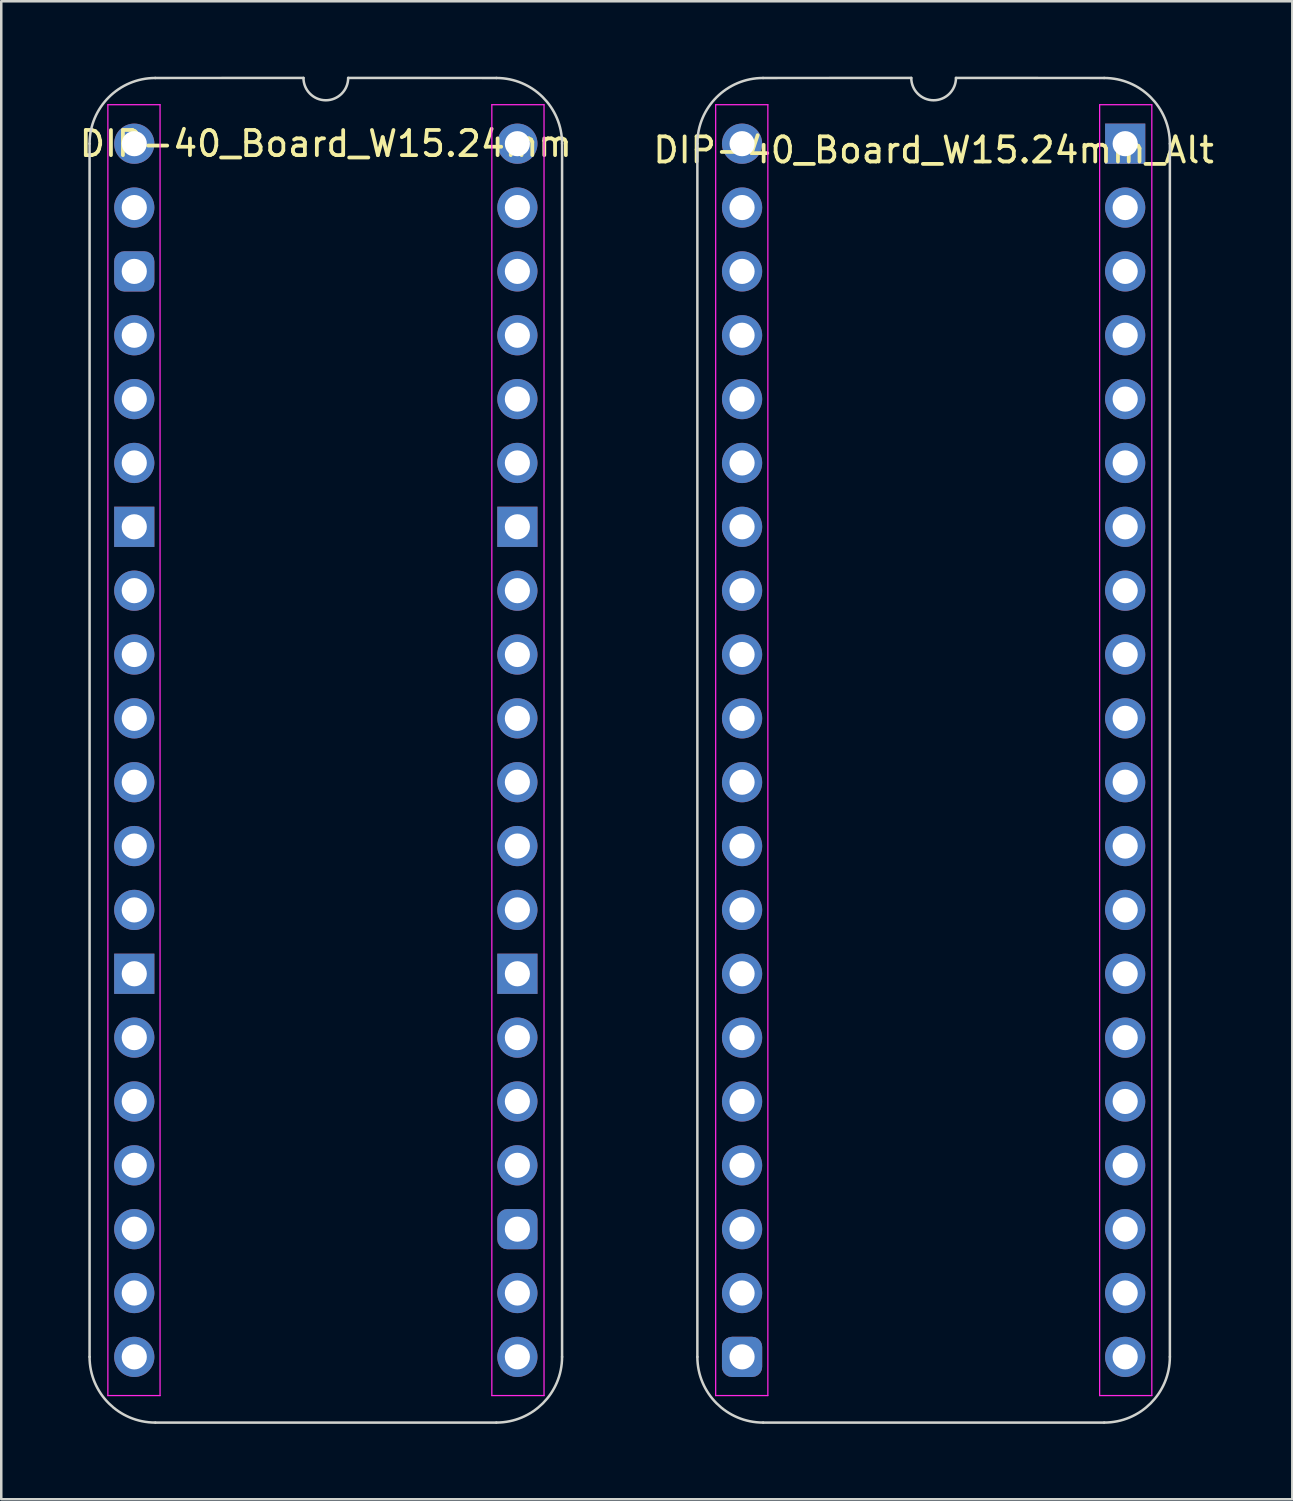
<source format=kicad_pcb>
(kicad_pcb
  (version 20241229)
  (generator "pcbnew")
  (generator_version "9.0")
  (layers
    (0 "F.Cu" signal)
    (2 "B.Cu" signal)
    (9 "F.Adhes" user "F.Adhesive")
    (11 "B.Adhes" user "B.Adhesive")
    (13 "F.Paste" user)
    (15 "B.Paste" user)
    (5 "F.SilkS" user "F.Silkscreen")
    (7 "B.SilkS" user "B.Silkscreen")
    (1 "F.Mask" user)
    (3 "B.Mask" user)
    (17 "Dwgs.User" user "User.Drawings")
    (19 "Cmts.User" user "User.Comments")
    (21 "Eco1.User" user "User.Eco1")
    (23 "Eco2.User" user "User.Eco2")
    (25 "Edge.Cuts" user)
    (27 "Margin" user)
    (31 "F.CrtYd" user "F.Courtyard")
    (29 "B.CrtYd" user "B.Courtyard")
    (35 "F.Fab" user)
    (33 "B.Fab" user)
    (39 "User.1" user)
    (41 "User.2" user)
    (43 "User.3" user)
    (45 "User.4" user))
  (footprint "DIP-40_Board_W15.24mm"
    (layer "F.Cu")
    (at 2.291 2.666)
    (property "Reference" "DIP-40_Board_W15.24mm" (at 7.62 0 0) (layer "F.SilkS") (effects (font (size 1 1) (thickness 0.15))))
    (attr through_hole)
    (fp_line (start -1.778 48.26) (end -1.778 0) (stroke (width 0.1) (type solid)) (layer "Edge.Cuts"))
    (fp_line (start 6.731 -2.616) (end 0.836 -2.614) (stroke (width 0.1) (type solid)) (layer "Edge.Cuts"))
    (fp_line (start 14.404 -2.614) (end 8.509 -2.616) (stroke (width 0.1) (type solid)) (layer "Edge.Cuts"))
    (fp_line (start 14.404 50.874) (end 0.836 50.874) (stroke (width 0.1) (type solid)) (layer "Edge.Cuts"))
    (fp_line (start 17.018 48.26) (end 17.018 -0.000001) (stroke (width 0.1) (type solid)) (layer "Edge.Cuts"))
    (fp_arc (start -1.778 0) (mid -1.012456 -1.848188) (end 0.835732 -2.613732) (stroke (width 0.1) (type solid)) (layer "Edge.Cuts"))
    (fp_arc (start 0.835733 50.873733) (mid -1.012456 50.108189) (end -1.778 48.26) (stroke (width 0.1) (type solid)) (layer "Edge.Cuts"))
    (fp_arc (start 8.509 -2.6162) (mid 7.62 -1.7272) (end 6.731 -2.6162) (stroke (width 0.1) (type default)) (layer "Edge.Cuts"))
    (fp_arc (start 14.404267 -2.613733) (mid 16.252455 -1.848189) (end 17.017999 -0.000001) (stroke (width 0.1) (type solid)) (layer "Edge.Cuts"))
    (fp_arc (start 17.018 48.26) (mid 16.252455 50.108187) (end 14.404268 50.873732) (stroke (width 0.1) (type solid)) (layer "Edge.Cuts"))
    (fp_line (start -1.05 -1.55) (end -1.05 49.8) (stroke (width 0.05) (type solid)) (layer "F.CrtYd"))
    (fp_line (start -1.05 49.8) (end 1.026 49.8) (stroke (width 0.05) (type solid)) (layer "F.CrtYd"))
    (fp_line (start 1.026 -1.55) (end -1.05 -1.55) (stroke (width 0.05) (type solid)) (layer "F.CrtYd"))
    (fp_line (start 1.026 49.8) (end 1.026 -1.55) (stroke (width 0.05) (type solid)) (layer "F.CrtYd"))
    (fp_line (start 14.224 49.8) (end 14.224 -1.55) (stroke (width 0.05) (type solid)) (layer "F.CrtYd"))
    (fp_line (start 14.224 49.8) (end 16.3 49.8) (stroke (width 0.05) (type solid)) (layer "F.CrtYd"))
    (fp_line (start 16.3 -1.55) (end 14.224 -1.55) (stroke (width 0.05) (type solid)) (layer "F.CrtYd"))
    (fp_line (start 16.3 49.8) (end 16.3 -1.55) (stroke (width 0.05) (type solid)) (layer "F.CrtYd"))
    (pad "1" thru_hole circle (at 0 0) (size 1.6 1.6) (drill 1) (layers "*.Cu" "*.Mask"))
    (pad "2" thru_hole oval (at 0 2.54) (size 1.6 1.6) (drill 1) (layers "*.Cu" "*.Mask"))
    (pad "3" thru_hole roundrect (at 0 5.08) (size 1.6 1.6) (drill 1) (layers "*.Cu" "*.Mask") (roundrect_rratio 0.25))
    (pad "4" thru_hole oval (at 0 7.62) (size 1.6 1.6) (drill 1) (layers "*.Cu" "*.Mask"))
    (pad "5" thru_hole oval (at 0 10.16) (size 1.6 1.6) (drill 1) (layers "*.Cu" "*.Mask"))
    (pad "6" thru_hole oval (at 0 12.7) (size 1.6 1.6) (drill 1) (layers "*.Cu" "*.Mask"))
    (pad "7" thru_hole rect (at 0 15.24) (size 1.6 1.6) (drill 1) (layers "*.Cu" "*.Mask"))
    (pad "8" thru_hole oval (at 0 17.78) (size 1.6 1.6) (drill 1) (layers "*.Cu" "*.Mask"))
    (pad "9" thru_hole oval (at 0 20.32) (size 1.6 1.6) (drill 1) (layers "*.Cu" "*.Mask"))
    (pad "10" thru_hole oval (at 0 22.86) (size 1.6 1.6) (drill 1) (layers "*.Cu" "*.Mask"))
    (pad "11" thru_hole oval (at 0 25.4) (size 1.6 1.6) (drill 1) (layers "*.Cu" "*.Mask"))
    (pad "12" thru_hole oval (at 0 27.94) (size 1.6 1.6) (drill 1) (layers "*.Cu" "*.Mask"))
    (pad "13" thru_hole oval (at 0 30.48) (size 1.6 1.6) (drill 1) (layers "*.Cu" "*.Mask"))
    (pad "14" thru_hole rect (at 0 33.02) (size 1.6 1.6) (drill 1) (layers "*.Cu" "*.Mask"))
    (pad "15" thru_hole oval (at 0 35.56) (size 1.6 1.6) (drill 1) (layers "*.Cu" "*.Mask"))
    (pad "16" thru_hole oval (at 0 38.1) (size 1.6 1.6) (drill 1) (layers "*.Cu" "*.Mask"))
    (pad "17" thru_hole oval (at 0 40.64) (size 1.6 1.6) (drill 1) (layers "*.Cu" "*.Mask"))
    (pad "18" thru_hole oval (at 0 43.18) (size 1.6 1.6) (drill 1) (layers "*.Cu" "*.Mask"))
    (pad "19" thru_hole oval (at 0 45.72) (size 1.6 1.6) (drill 1) (layers "*.Cu" "*.Mask"))
    (pad "20" thru_hole oval (at 0 48.26) (size 1.6 1.6) (drill 1) (layers "*.Cu" "*.Mask"))
    (pad "21" thru_hole oval (at 15.24 48.26) (size 1.6 1.6) (drill 1) (layers "*.Cu" "*.Mask"))
    (pad "22" thru_hole oval (at 15.24 45.72) (size 1.6 1.6) (drill 1) (layers "*.Cu" "*.Mask"))
    (pad "23" thru_hole roundrect (at 15.24 43.18) (size 1.6 1.6) (drill 1) (layers "*.Cu" "*.Mask") (roundrect_rratio 0.25))
    (pad "24" thru_hole oval (at 15.24 40.64) (size 1.6 1.6) (drill 1) (layers "*.Cu" "*.Mask"))
    (pad "25" thru_hole oval (at 15.24 38.1) (size 1.6 1.6) (drill 1) (layers "*.Cu" "*.Mask"))
    (pad "26" thru_hole oval (at 15.24 35.56) (size 1.6 1.6) (drill 1) (layers "*.Cu" "*.Mask"))
    (pad "27" thru_hole rect (at 15.24 33.02) (size 1.6 1.6) (drill 1) (layers "*.Cu" "*.Mask"))
    (pad "28" thru_hole oval (at 15.24 30.48) (size 1.6 1.6) (drill 1) (layers "*.Cu" "*.Mask"))
    (pad "29" thru_hole oval (at 15.24 27.94) (size 1.6 1.6) (drill 1) (layers "*.Cu" "*.Mask"))
    (pad "30" thru_hole oval (at 15.24 25.4) (size 1.6 1.6) (drill 1) (layers "*.Cu" "*.Mask"))
    (pad "31" thru_hole oval (at 15.24 22.86) (size 1.6 1.6) (drill 1) (layers "*.Cu" "*.Mask"))
    (pad "32" thru_hole oval (at 15.24 20.32) (size 1.6 1.6) (drill 1) (layers "*.Cu" "*.Mask"))
    (pad "33" thru_hole oval (at 15.24 17.78) (size 1.6 1.6) (drill 1) (layers "*.Cu" "*.Mask"))
    (pad "34" thru_hole rect (at 15.24 15.24) (size 1.6 1.6) (drill 1) (layers "*.Cu" "*.Mask"))
    (pad "35" thru_hole oval (at 15.24 12.7) (size 1.6 1.6) (drill 1) (layers "*.Cu" "*.Mask"))
    (pad "36" thru_hole oval (at 15.24 10.16) (size 1.6 1.6) (drill 1) (layers "*.Cu" "*.Mask"))
    (pad "37" thru_hole oval (at 15.24 7.62) (size 1.6 1.6) (drill 1) (layers "*.Cu" "*.Mask"))
    (pad "38" thru_hole oval (at 15.24 5.08) (size 1.6 1.6) (drill 1) (layers "*.Cu" "*.Mask"))
    (pad "39" thru_hole oval (at 15.24 2.54) (size 1.6 1.6) (drill 1) (layers "*.Cu" "*.Mask"))
    (pad "40" thru_hole oval (at 15.24 0) (size 1.6 1.6) (drill 1) (layers "*.Cu" "*.Mask")))
  (footprint "DIP-40_Board_W15.24mm_Alt"
    (layer "F.Cu")
    (at 26.469 2.666)
    (property "Reference" "DIP-40_Board_W15.24mm_Alt" (at 7.62 0.254 0) (layer "F.SilkS") (effects (font (size 1 1) (thickness 0.15))))
    (attr through_hole)
    (fp_line (start -1.778 48.26) (end -1.778 0) (stroke (width 0.1) (type solid)) (layer "Edge.Cuts"))
    (fp_line (start 6.731 -2.616) (end 0.836 -2.614) (stroke (width 0.1) (type solid)) (layer "Edge.Cuts"))
    (fp_line (start 14.404 -2.614) (end 8.509 -2.616) (stroke (width 0.1) (type solid)) (layer "Edge.Cuts"))
    (fp_line (start 14.404 50.874) (end 0.836 50.874) (stroke (width 0.1) (type solid)) (layer "Edge.Cuts"))
    (fp_line (start 17.018 48.26) (end 17.018 -0.000001) (stroke (width 0.1) (type solid)) (layer "Edge.Cuts"))
    (fp_arc (start -1.778 0) (mid -1.012456 -1.848188) (end 0.835732 -2.613732) (stroke (width 0.1) (type solid)) (layer "Edge.Cuts"))
    (fp_arc (start 0.835733 50.873733) (mid -1.012456 50.108189) (end -1.778 48.26) (stroke (width 0.1) (type solid)) (layer "Edge.Cuts"))
    (fp_arc (start 8.509 -2.6162) (mid 7.62 -1.7272) (end 6.731 -2.6162) (stroke (width 0.1) (type default)) (layer "Edge.Cuts"))
    (fp_arc (start 14.404267 -2.613733) (mid 16.252455 -1.848189) (end 17.017999 -0.000001) (stroke (width 0.1) (type solid)) (layer "Edge.Cuts"))
    (fp_arc (start 17.018 48.26) (mid 16.252455 50.108187) (end 14.404268 50.873732) (stroke (width 0.1) (type solid)) (layer "Edge.Cuts"))
    (fp_line (start -1.05 -1.55) (end -1.05 49.8) (stroke (width 0.05) (type solid)) (layer "F.CrtYd"))
    (fp_line (start -1.05 49.8) (end 1.026 49.8) (stroke (width 0.05) (type solid)) (layer "F.CrtYd"))
    (fp_line (start 1.026 -1.55) (end -1.05 -1.55) (stroke (width 0.05) (type solid)) (layer "F.CrtYd"))
    (fp_line (start 1.026 49.8) (end 1.026 -1.55) (stroke (width 0.05) (type solid)) (layer "F.CrtYd"))
    (fp_line (start 14.224 49.8) (end 14.224 -1.55) (stroke (width 0.05) (type solid)) (layer "F.CrtYd"))
    (fp_line (start 14.224 49.8) (end 16.3 49.8) (stroke (width 0.05) (type solid)) (layer "F.CrtYd"))
    (fp_line (start 16.3 -1.55) (end 14.224 -1.55) (stroke (width 0.05) (type solid)) (layer "F.CrtYd"))
    (fp_line (start 16.3 49.8) (end 16.3 -1.55) (stroke (width 0.05) (type solid)) (layer "F.CrtYd"))
    (pad "1" thru_hole circle (at 0 0) (size 1.6 1.6) (drill 1) (layers "*.Cu" "*.Mask"))
    (pad "2" thru_hole oval (at 0 2.54) (size 1.6 1.6) (drill 1) (layers "*.Cu" "*.Mask"))
    (pad "3" thru_hole circle (at 0 5.08) (size 1.6 1.6) (drill 1) (layers "*.Cu" "*.Mask"))
    (pad "4" thru_hole circle (at 0 7.62) (size 1.6 1.6) (drill 1) (layers "*.Cu" "*.Mask"))
    (pad "5" thru_hole circle (at 0 10.16) (size 1.6 1.6) (drill 1) (layers "*.Cu" "*.Mask"))
    (pad "6" thru_hole circle (at 0 12.7) (size 1.6 1.6) (drill 1) (layers "*.Cu" "*.Mask"))
    (pad "7" thru_hole circle (at 0 15.24) (size 1.6 1.6) (drill 1) (layers "*.Cu" "*.Mask"))
    (pad "8" thru_hole circle (at 0 17.78) (size 1.6 1.6) (drill 1) (layers "*.Cu" "*.Mask"))
    (pad "9" thru_hole circle (at 0 20.32) (size 1.6 1.6) (drill 1) (layers "*.Cu" "*.Mask"))
    (pad "10" thru_hole circle (at 0 22.86) (size 1.6 1.6) (drill 1) (layers "*.Cu" "*.Mask"))
    (pad "11" thru_hole circle (at 0 25.4) (size 1.6 1.6) (drill 1) (layers "*.Cu" "*.Mask"))
    (pad "12" thru_hole circle (at 0 27.94) (size 1.6 1.6) (drill 1) (layers "*.Cu" "*.Mask"))
    (pad "13" thru_hole circle (at 0 30.48) (size 1.6 1.6) (drill 1) (layers "*.Cu" "*.Mask"))
    (pad "14" thru_hole circle (at 0 33.02) (size 1.6 1.6) (drill 1) (layers "*.Cu" "*.Mask"))
    (pad "15" thru_hole circle (at 0 35.56) (size 1.6 1.6) (drill 1) (layers "*.Cu" "*.Mask"))
    (pad "16" thru_hole circle (at 0 38.1) (size 1.6 1.6) (drill 1) (layers "*.Cu" "*.Mask"))
    (pad "17" thru_hole circle (at 0 40.64) (size 1.6 1.6) (drill 1) (layers "*.Cu" "*.Mask"))
    (pad "18" thru_hole circle (at 0 43.18) (size 1.6 1.6) (drill 1) (layers "*.Cu" "*.Mask"))
    (pad "19" thru_hole oval (at 0 45.72) (size 1.6 1.6) (drill 1) (layers "*.Cu" "*.Mask"))
    (pad "20" thru_hole roundrect (at 0 48.26) (size 1.6 1.6) (drill 1) (layers "*.Cu" "*.Mask") (roundrect_rratio 0.25))
    (pad "21" thru_hole oval (at 15.24 48.26) (size 1.6 1.6) (drill 1) (layers "*.Cu" "*.Mask"))
    (pad "22" thru_hole oval (at 15.24 45.72) (size 1.6 1.6) (drill 1) (layers "*.Cu" "*.Mask"))
    (pad "23" thru_hole circle (at 15.24 43.18) (size 1.6 1.6) (drill 1) (layers "*.Cu" "*.Mask"))
    (pad "24" thru_hole circle (at 15.24 40.64) (size 1.6 1.6) (drill 1) (layers "*.Cu" "*.Mask"))
    (pad "25" thru_hole circle (at 15.24 38.1) (size 1.6 1.6) (drill 1) (layers "*.Cu" "*.Mask"))
    (pad "26" thru_hole circle (at 15.24 35.56) (size 1.6 1.6) (drill 1) (layers "*.Cu" "*.Mask"))
    (pad "27" thru_hole circle (at 15.24 33.02) (size 1.6 1.6) (drill 1) (layers "*.Cu" "*.Mask"))
    (pad "28" thru_hole circle (at 15.24 30.48) (size 1.6 1.6) (drill 1) (layers "*.Cu" "*.Mask"))
    (pad "29" thru_hole circle (at 15.24 27.94) (size 1.6 1.6) (drill 1) (layers "*.Cu" "*.Mask"))
    (pad "30" thru_hole circle (at 15.24 25.4) (size 1.6 1.6) (drill 1) (layers "*.Cu" "*.Mask"))
    (pad "31" thru_hole circle (at 15.24 22.86) (size 1.6 1.6) (drill 1) (layers "*.Cu" "*.Mask"))
    (pad "32" thru_hole circle (at 15.24 20.32) (size 1.6 1.6) (drill 1) (layers "*.Cu" "*.Mask"))
    (pad "33" thru_hole circle (at 15.24 17.78) (size 1.6 1.6) (drill 1) (layers "*.Cu" "*.Mask"))
    (pad "34" thru_hole circle (at 15.24 15.24) (size 1.6 1.6) (drill 1) (layers "*.Cu" "*.Mask"))
    (pad "35" thru_hole circle (at 15.24 12.7) (size 1.6 1.6) (drill 1) (layers "*.Cu" "*.Mask"))
    (pad "36" thru_hole circle (at 15.24 10.16) (size 1.6 1.6) (drill 1) (layers "*.Cu" "*.Mask"))
    (pad "37" thru_hole circle (at 15.24 7.62) (size 1.6 1.6) (drill 1) (layers "*.Cu" "*.Mask"))
    (pad "38" thru_hole circle (at 15.24 5.08) (size 1.6 1.6) (drill 1) (layers "*.Cu" "*.Mask"))
    (pad "39" thru_hole oval (at 15.24 2.54) (size 1.6 1.6) (drill 1) (layers "*.Cu" "*.Mask"))
    (pad "40" thru_hole rect (at 15.24 0) (size 1.6 1.6) (drill 1) (layers "*.Cu" "*.Mask")))
  (gr_rect
    (start -3 -3)
    (end 48.357 56.59)
    (stroke (width 0.1) (type default))
    (fill no)
    (layer "Edge.Cuts")))
</source>
